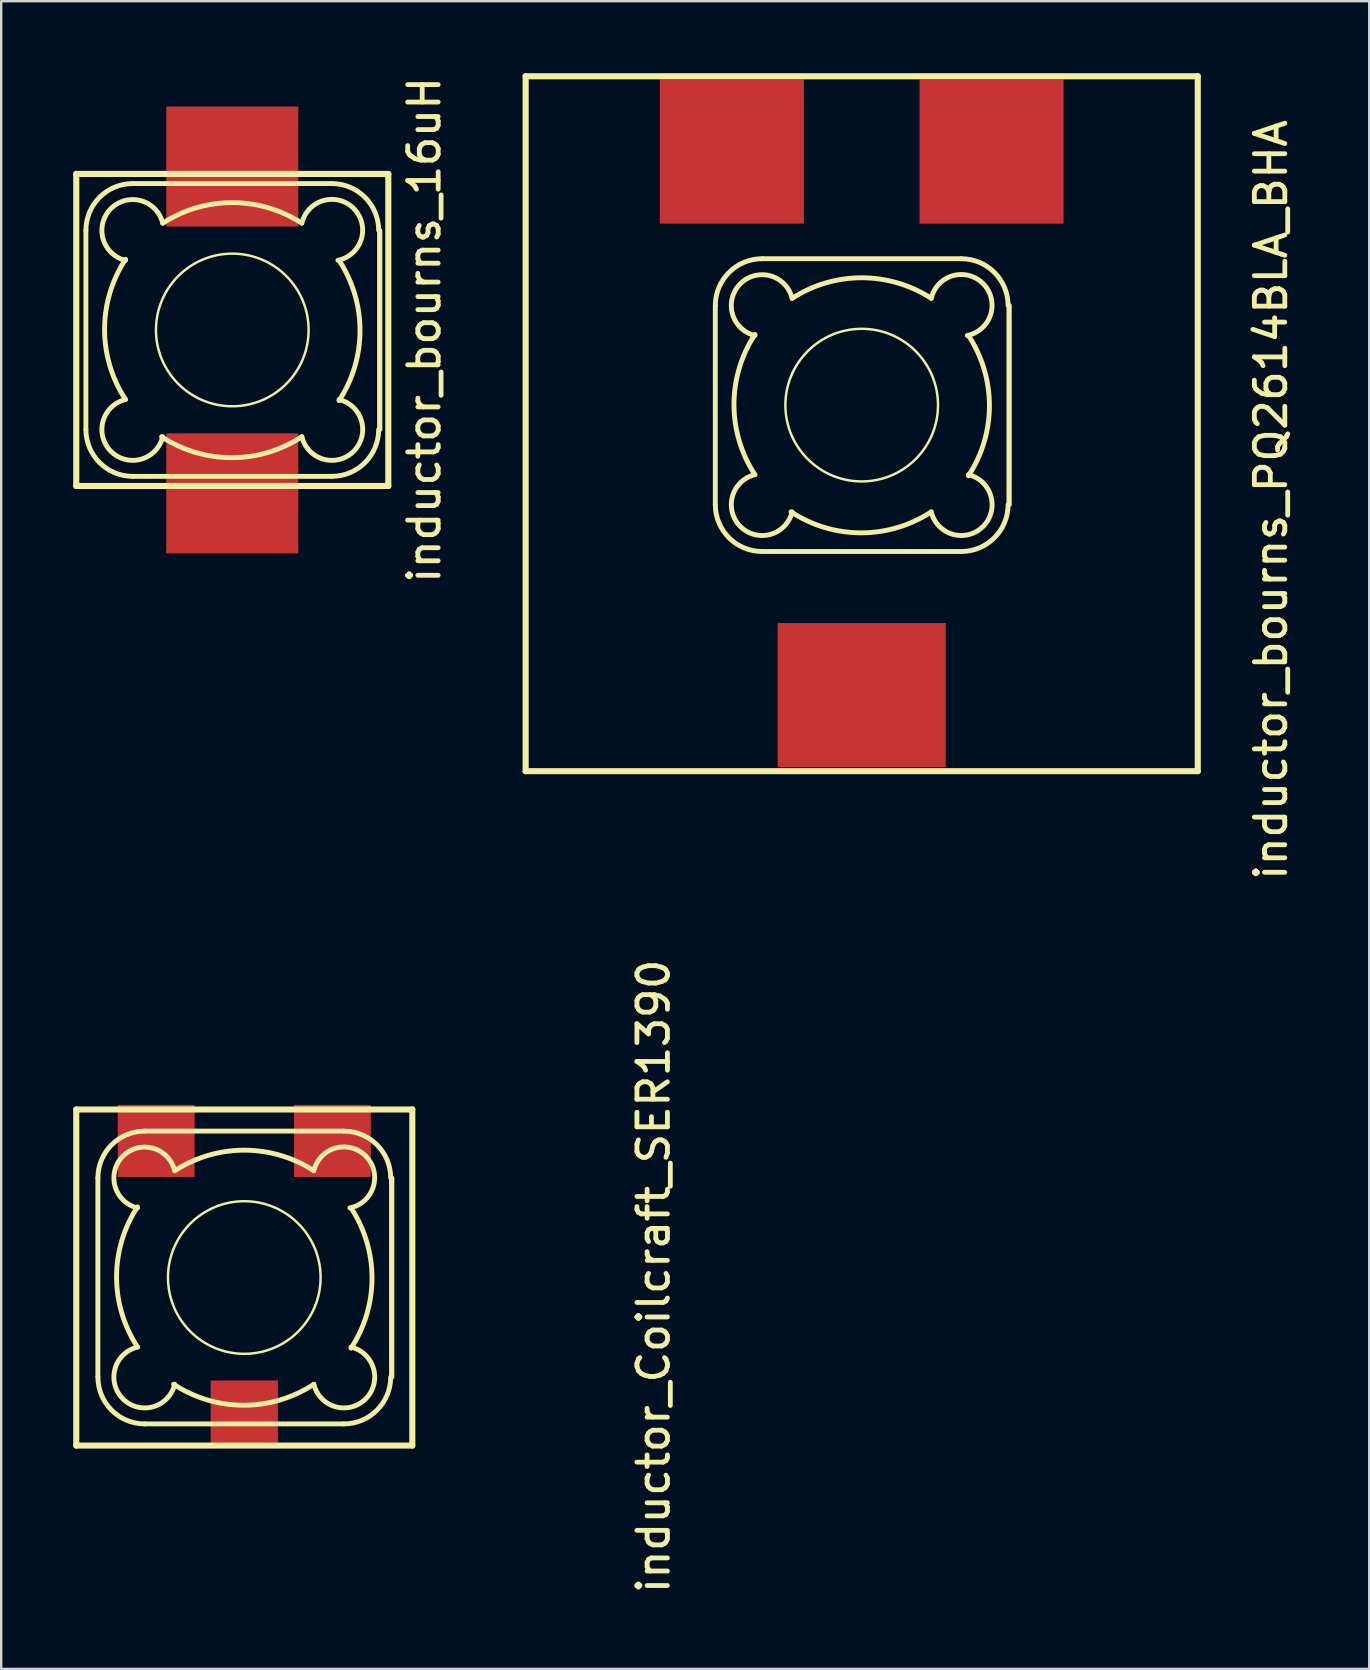
<source format=kicad_pcb>
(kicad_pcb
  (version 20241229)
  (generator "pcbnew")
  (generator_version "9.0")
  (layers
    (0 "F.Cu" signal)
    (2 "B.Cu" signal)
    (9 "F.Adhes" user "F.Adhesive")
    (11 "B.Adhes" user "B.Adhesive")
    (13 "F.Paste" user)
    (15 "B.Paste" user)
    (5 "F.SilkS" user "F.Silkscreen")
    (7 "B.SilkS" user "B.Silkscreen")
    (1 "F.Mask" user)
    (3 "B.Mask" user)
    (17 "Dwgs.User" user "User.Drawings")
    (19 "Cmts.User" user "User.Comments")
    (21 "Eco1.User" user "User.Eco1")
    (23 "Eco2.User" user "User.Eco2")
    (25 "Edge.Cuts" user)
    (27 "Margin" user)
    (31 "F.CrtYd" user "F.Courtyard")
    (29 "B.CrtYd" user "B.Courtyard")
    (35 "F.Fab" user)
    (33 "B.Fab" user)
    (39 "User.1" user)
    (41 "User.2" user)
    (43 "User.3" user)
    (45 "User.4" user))
  (footprint "inductor_bourns_16uH"
    (layer "F.Cu")
    (at 6.627 10.696)
    (property "Reference" "inductor_bourns_16uH" (at 8 0 90) (layer "F.SilkS") (effects (font (size 1.27 1.27) (thickness 0.2))))
    (attr smd)
    (fp_line (start -6.5 -6.5) (end 6.5 -6.5) (stroke (width 0.254) (type solid)) (layer "F.SilkS"))
    (fp_line (start -6.5 6.5) (end -6.5 -6.5) (stroke (width 0.254) (type solid)) (layer "F.SilkS"))
    (fp_line (start -6.149 4.148) (end -6.149 -4.148) (stroke (width 0.00012) (type solid)) (layer "F.SilkS"))
    (fp_line (start -6.099 4.148) (end -6.099 -4.148) (stroke (width 0.203) (type solid)) (layer "F.SilkS"))
    (fp_line (start -4.148 -6.149) (end 4.148 -6.149) (stroke (width 0.00012) (type solid)) (layer "F.SilkS"))
    (fp_line (start -4.148 -6.099) (end 4.148 -6.099) (stroke (width 0.203) (type solid)) (layer "F.SilkS"))
    (fp_line (start 4.148 6.099) (end -4.148 6.099) (stroke (width 0.203) (type solid)) (layer "F.SilkS"))
    (fp_line (start 4.148 6.149) (end -4.148 6.149) (stroke (width 0.00012) (type solid)) (layer "F.SilkS"))
    (fp_line (start 6.099 -4.148) (end 6.099 4.148) (stroke (width 0.127) (type solid)) (layer "F.SilkS"))
    (fp_line (start 6.149 -4.148) (end 6.149 4.148) (stroke (width 0.203) (type solid)) (layer "F.SilkS"))
    (fp_line (start 6.5 -6.5) (end 6.5 6.5) (stroke (width 0.254) (type solid)) (layer "F.SilkS"))
    (fp_line (start 6.5 6.5) (end -6.5 6.5) (stroke (width 0.254) (type solid)) (layer "F.SilkS"))
    (fp_arc (start -6.09854 -4.14782) (mid -5.527187 -5.527187) (end -4.14782 -6.09854) (stroke (width 0.2032) (type solid)) (layer "F.SilkS"))
    (fp_arc (start -4.44754 -2.89814) (mid -5.056744 -5.056329) (end -2.898277 -4.44811) (stroke (width 0.2032) (type solid)) (layer "F.SilkS"))
    (fp_arc (start -4.44754 2.89814) (mid -5.320982 -0.023268) (end -4.447092 -2.944541) (stroke (width 0.2032) (type solid)) (layer "F.SilkS"))
    (fp_arc (start -4.14782 6.09854) (mid -5.527187 5.527187) (end -6.09854 4.14782) (stroke (width 0.2032) (type solid)) (layer "F.SilkS"))
    (fp_arc (start -2.89814 -4.44754) (mid -0.005129 -5.304772) (end 2.889527 -4.453112) (stroke (width 0.2032) (type solid)) (layer "F.SilkS"))
    (fp_arc (start -2.89814 4.44754) (mid -5.056329 5.056744) (end -4.44811 2.898277) (stroke (width 0.2032) (type solid)) (layer "F.SilkS"))
    (fp_arc (start 2.89814 -4.44754) (mid 5.068176 -5.051562) (end 4.400371 -2.900298) (stroke (width 0.2032) (type solid)) (layer "F.SilkS"))
    (fp_arc (start 2.89814 4.44754) (mid -0.023268 5.320982) (end -2.944541 4.447092) (stroke (width 0.2032) (type solid)) (layer "F.SilkS"))
    (fp_arc (start 4.14782 -6.09854) (mid 5.527187 -5.527187) (end 6.09854 -4.14782) (stroke (width 0.2032) (type solid)) (layer "F.SilkS"))
    (fp_arc (start 4.44754 -2.89814) (mid 5.320982 0.023268) (end 4.447092 2.944541) (stroke (width 0.2032) (type solid)) (layer "F.SilkS"))
    (fp_arc (start 4.44754 2.89814) (mid 5.056744 5.056329) (end 2.898277 4.44811) (stroke (width 0.2032) (type solid)) (layer "F.SilkS"))
    (fp_arc (start 6.09854 4.14782) (mid 5.527187 5.527187) (end 4.14782 6.09854) (stroke (width 0.2032) (type solid)) (layer "F.SilkS"))
    (fp_circle (center 0 0) (end -2.248 2.248) (stroke (width 0.102) (type solid)) (fill no) (layer "F.SilkS"))
    (pad "1" smd rect (at 0 -6.807) (size 5.499 5) (layers "F.Cu" "F.Mask" "F.Paste"))
    (pad "2" smd rect (at 0 6.807) (size 5.499 5) (layers "F.Cu" "F.Mask" "F.Paste")))
  (footprint "inductor_Coilcraft_SER1390"
    (layer "F.Cu")
    (at 7.127 50.171)
    (property "Reference" "inductor_Coilcraft_SER1390" (at 17.05 -0.05 90) (layer "F.SilkS") (effects (font (size 1.27 1.27) (thickness 0.2))))
    (attr smd)
    (fp_line (start -7 -7) (end 7 -7) (stroke (width 0.254) (type solid)) (layer "F.SilkS"))
    (fp_line (start -7 7) (end -7 -7) (stroke (width 0.254) (type solid)) (layer "F.SilkS"))
    (fp_line (start -6.149 4.148) (end -6.149 -4.148) (stroke (width 0.00012) (type solid)) (layer "F.SilkS"))
    (fp_line (start -6.099 4.148) (end -6.099 -4.148) (stroke (width 0.203) (type solid)) (layer "F.SilkS"))
    (fp_line (start -4.148 -6.149) (end 4.148 -6.149) (stroke (width 0.00012) (type solid)) (layer "F.SilkS"))
    (fp_line (start -4.148 -6.099) (end 4.148 -6.099) (stroke (width 0.203) (type solid)) (layer "F.SilkS"))
    (fp_line (start 4.148 6.099) (end -4.148 6.099) (stroke (width 0.203) (type solid)) (layer "F.SilkS"))
    (fp_line (start 4.148 6.149) (end -4.148 6.149) (stroke (width 0.00012) (type solid)) (layer "F.SilkS"))
    (fp_line (start 6.099 -4.148) (end 6.099 4.148) (stroke (width 0.127) (type solid)) (layer "F.SilkS"))
    (fp_line (start 6.149 -4.148) (end 6.149 4.148) (stroke (width 0.203) (type solid)) (layer "F.SilkS"))
    (fp_line (start 7 -7) (end 7 7) (stroke (width 0.254) (type solid)) (layer "F.SilkS"))
    (fp_line (start 7 7) (end -7 7) (stroke (width 0.254) (type solid)) (layer "F.SilkS"))
    (fp_arc (start -6.09854 -4.14782) (mid -5.527187 -5.527187) (end -4.14782 -6.09854) (stroke (width 0.2032) (type solid)) (layer "F.SilkS"))
    (fp_arc (start -4.44754 -2.89814) (mid -5.056744 -5.056329) (end -2.898277 -4.44811) (stroke (width 0.2032) (type solid)) (layer "F.SilkS"))
    (fp_arc (start -4.44754 2.89814) (mid -5.320982 -0.023268) (end -4.447092 -2.944541) (stroke (width 0.2032) (type solid)) (layer "F.SilkS"))
    (fp_arc (start -4.14782 6.09854) (mid -5.527187 5.527187) (end -6.09854 4.14782) (stroke (width 0.2032) (type solid)) (layer "F.SilkS"))
    (fp_arc (start -2.89814 -4.44754) (mid -0.005129 -5.304772) (end 2.889527 -4.453112) (stroke (width 0.2032) (type solid)) (layer "F.SilkS"))
    (fp_arc (start -2.89814 4.44754) (mid -5.056329 5.056744) (end -4.44811 2.898277) (stroke (width 0.2032) (type solid)) (layer "F.SilkS"))
    (fp_arc (start 2.89814 -4.44754) (mid 5.068176 -5.051562) (end 4.400371 -2.900298) (stroke (width 0.2032) (type solid)) (layer "F.SilkS"))
    (fp_arc (start 2.89814 4.44754) (mid -0.023268 5.320982) (end -2.944541 4.447092) (stroke (width 0.2032) (type solid)) (layer "F.SilkS"))
    (fp_arc (start 4.14782 -6.09854) (mid 5.527187 -5.527187) (end 6.09854 -4.14782) (stroke (width 0.2032) (type solid)) (layer "F.SilkS"))
    (fp_arc (start 4.44754 -2.89814) (mid 5.320982 0.023268) (end 4.447092 2.944541) (stroke (width 0.2032) (type solid)) (layer "F.SilkS"))
    (fp_arc (start 4.44754 2.89814) (mid 5.056744 5.056329) (end 2.898277 4.44811) (stroke (width 0.2032) (type solid)) (layer "F.SilkS"))
    (fp_arc (start 6.09854 4.14782) (mid 5.527187 5.527187) (end 4.14782 6.09854) (stroke (width 0.2032) (type solid)) (layer "F.SilkS"))
    (fp_circle (center 0 0) (end -2.248 2.248) (stroke (width 0.102) (type solid)) (fill no) (layer "F.SilkS"))
    (pad "" smd rect (at 0 5.59) (size 2.8 2.6) (layers "F.Cu" "F.Mask" "F.Paste"))
    (pad "1" smd rect (at -3.67 -5.69) (size 3.2 3) (layers "F.Cu" "F.Mask" "F.Paste"))
    (pad "2" smd rect (at 3.67 -5.69) (size 3.2 3) (layers "F.Cu" "F.Mask" "F.Paste")))
  (footprint "inductor_bourns_PQ2614BLA_BHA"
    (layer "F.Cu")
    (at 32.848 17.827)
    (property "Reference" "inductor_bourns_PQ2614BLA_BHA" (at 17.05 -0.05 90) (layer "F.SilkS") (effects (font (size 1.27 1.27) (thickness 0.2))))
    (attr smd)
    (fp_line (start -14 -17.7) (end 14 -17.7) (stroke (width 0.254) (type solid)) (layer "F.SilkS"))
    (fp_line (start -14 11.25) (end -14 -17.7) (stroke (width 0.254) (type solid)) (layer "F.SilkS"))
    (fp_line (start -6.149 0.148) (end -6.149 -8.148) (stroke (width 0.00012) (type solid)) (layer "F.SilkS"))
    (fp_line (start -6.099 0.148) (end -6.099 -8.148) (stroke (width 0.203) (type solid)) (layer "F.SilkS"))
    (fp_line (start -4.148 -10.149) (end 4.148 -10.149) (stroke (width 0.00012) (type solid)) (layer "F.SilkS"))
    (fp_line (start -4.148 -10.099) (end 4.148 -10.099) (stroke (width 0.203) (type solid)) (layer "F.SilkS"))
    (fp_line (start 4.148 2.099) (end -4.148 2.099) (stroke (width 0.203) (type solid)) (layer "F.SilkS"))
    (fp_line (start 4.148 2.149) (end -4.148 2.149) (stroke (width 0.00012) (type solid)) (layer "F.SilkS"))
    (fp_line (start 6.099 -8.148) (end 6.099 0.148) (stroke (width 0.127) (type solid)) (layer "F.SilkS"))
    (fp_line (start 6.149 -8.148) (end 6.149 0.148) (stroke (width 0.203) (type solid)) (layer "F.SilkS"))
    (fp_line (start 14 -17.7) (end 14 11.25) (stroke (width 0.254) (type solid)) (layer "F.SilkS"))
    (fp_line (start 14 11.25) (end -14 11.25) (stroke (width 0.254) (type solid)) (layer "F.SilkS"))
    (fp_arc (start -6.09854 -8.14782) (mid -5.527187 -9.527187) (end -4.14782 -10.09854) (stroke (width 0.2032) (type solid)) (layer "F.SilkS"))
    (fp_arc (start -4.44754 -6.89814) (mid -5.056744 -9.056329) (end -2.898277 -8.44811) (stroke (width 0.2032) (type solid)) (layer "F.SilkS"))
    (fp_arc (start -4.44754 -1.10186) (mid -5.320982 -4.023268) (end -4.447092 -6.944541) (stroke (width 0.2032) (type solid)) (layer "F.SilkS"))
    (fp_arc (start -4.14782 2.09854) (mid -5.527187 1.527187) (end -6.09854 0.14782) (stroke (width 0.2032) (type solid)) (layer "F.SilkS"))
    (fp_arc (start -2.89814 -8.44754) (mid -0.005129 -9.304772) (end 2.889527 -8.453112) (stroke (width 0.2032) (type solid)) (layer "F.SilkS"))
    (fp_arc (start -2.89814 0.44754) (mid -5.056329 1.056744) (end -4.44811 -1.101723) (stroke (width 0.2032) (type solid)) (layer "F.SilkS"))
    (fp_arc (start 2.89814 -8.44754) (mid 5.068176 -9.051562) (end 4.400371 -6.900298) (stroke (width 0.2032) (type solid)) (layer "F.SilkS"))
    (fp_arc (start 2.89814 0.44754) (mid -0.023268 1.320982) (end -2.944541 0.447092) (stroke (width 0.2032) (type solid)) (layer "F.SilkS"))
    (fp_arc (start 4.14782 -10.09854) (mid 5.527187 -9.527187) (end 6.09854 -8.14782) (stroke (width 0.2032) (type solid)) (layer "F.SilkS"))
    (fp_arc (start 4.44754 -6.89814) (mid 5.320982 -3.976732) (end 4.447092 -1.055459) (stroke (width 0.2032) (type solid)) (layer "F.SilkS"))
    (fp_arc (start 4.44754 -1.10186) (mid 5.056744 1.056329) (end 2.898277 0.44811) (stroke (width 0.2032) (type solid)) (layer "F.SilkS"))
    (fp_arc (start 6.09854 0.14782) (mid 5.527187 1.527187) (end 4.14782 2.09854) (stroke (width 0.2032) (type solid)) (layer "F.SilkS"))
    (fp_circle (center 0 -4) (end -2.248 -1.752) (stroke (width 0.102) (type solid)) (fill no) (layer "F.SilkS"))
    (pad "" smd rect (at 0 8.08) (size 7 6) (layers "F.Cu" "F.Mask" "F.Paste"))
    (pad "1" smd rect (at -5.41 -14.56) (size 6 6) (layers "F.Cu" "F.Mask" "F.Paste"))
    (pad "2" smd rect (at 5.41 -14.56) (size 6 6) (layers "F.Cu" "F.Mask" "F.Paste")))
  (gr_rect
    (start -3 -3)
    (end 53.992 66.478)
    (stroke (width 0.1) (type default))
    (fill no)
    (layer "Edge.Cuts")))
</source>
